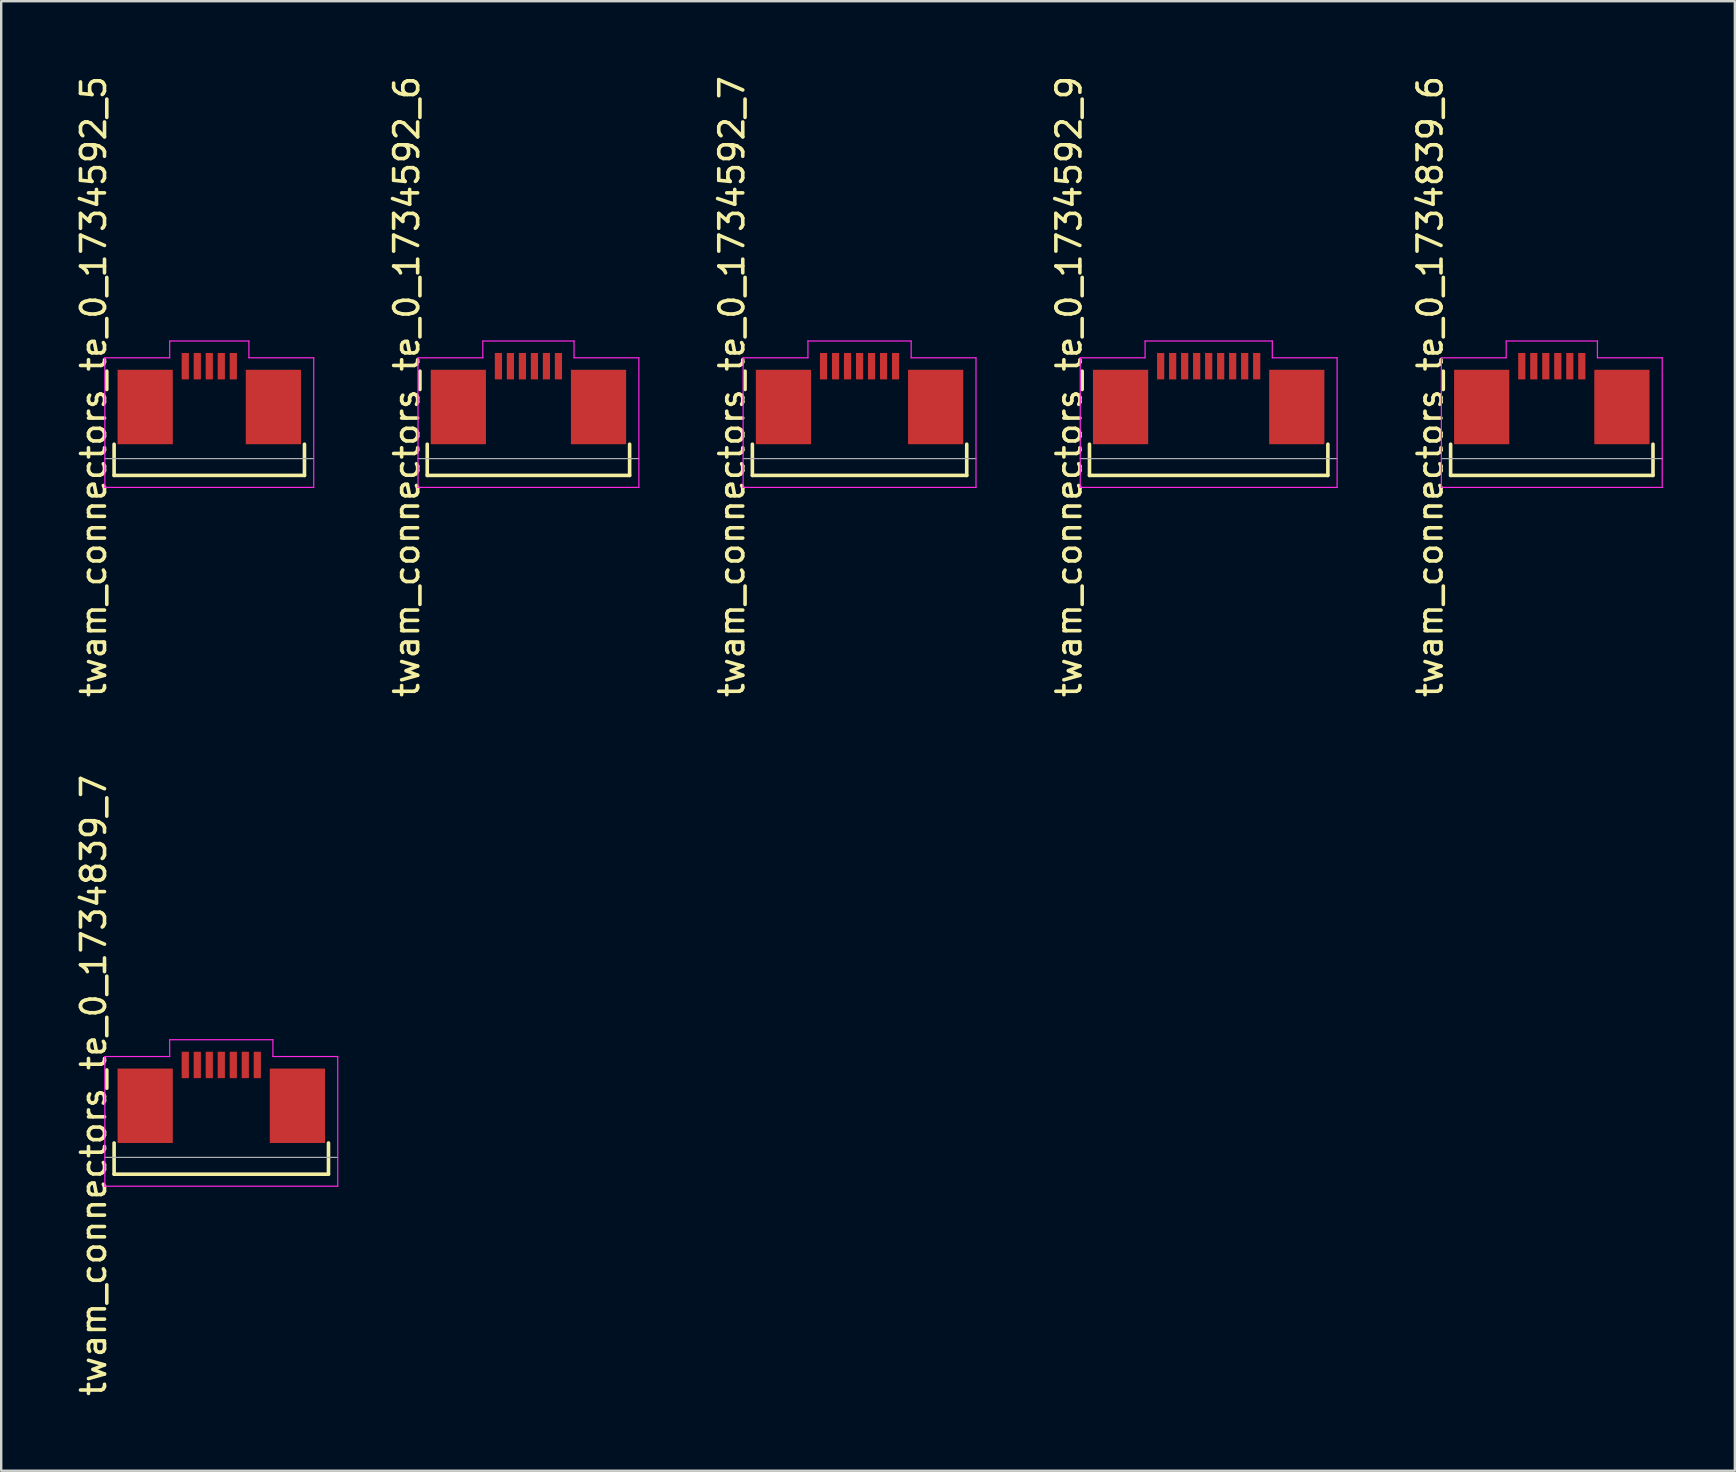
<source format=kicad_pcb>
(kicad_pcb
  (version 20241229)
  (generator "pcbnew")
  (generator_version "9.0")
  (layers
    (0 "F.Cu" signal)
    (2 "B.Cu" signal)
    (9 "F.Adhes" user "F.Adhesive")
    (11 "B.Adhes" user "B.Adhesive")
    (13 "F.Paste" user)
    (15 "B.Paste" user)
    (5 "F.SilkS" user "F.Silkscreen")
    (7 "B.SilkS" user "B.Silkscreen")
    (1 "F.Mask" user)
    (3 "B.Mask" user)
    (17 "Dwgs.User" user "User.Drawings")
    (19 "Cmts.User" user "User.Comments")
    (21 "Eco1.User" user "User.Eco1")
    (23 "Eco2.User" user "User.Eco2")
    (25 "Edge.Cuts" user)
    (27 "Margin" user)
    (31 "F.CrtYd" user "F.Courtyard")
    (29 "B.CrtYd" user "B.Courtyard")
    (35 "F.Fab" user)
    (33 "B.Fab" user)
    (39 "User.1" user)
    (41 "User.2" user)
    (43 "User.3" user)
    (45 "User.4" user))
  (footprint "twam_connectors_te_0_1734592_7"
    (layer "F.Cu")
    (at 32.755 13.054)
    (property "Reference" "twam_connectors_te_0_1734592_7" (at -5.32 0 270) (layer "F.SilkS") (effects (font (size 1 1) (thickness 0.15))))
    (attr smd)
    (fp_line (start -4.465 2.4) (end -4.465 3.7) (stroke (width 0.15) (type solid)) (layer "F.SilkS"))
    (fp_line (start -4.465 3.7) (end 4.465 3.7) (stroke (width 0.15) (type solid)) (layer "F.SilkS"))
    (fp_line (start 4.465 2.4) (end 4.465 3.7) (stroke (width 0.15) (type solid)) (layer "F.SilkS"))
    (fp_line (start -4.85 -1.2) (end -4.85 4.2) (stroke (width 0.05) (type solid)) (layer "F.CrtYd"))
    (fp_line (start -4.85 -1.2) (end -2.15 -1.2) (stroke (width 0.05) (type solid)) (layer "F.CrtYd"))
    (fp_line (start -4.85 4.2) (end 4.85 4.2) (stroke (width 0.05) (type solid)) (layer "F.CrtYd"))
    (fp_line (start -2.15 -1.9) (end -2.15 -1.2) (stroke (width 0.05) (type solid)) (layer "F.CrtYd"))
    (fp_line (start -2.15 -1.9) (end 2.15 -1.9) (stroke (width 0.05) (type solid)) (layer "F.CrtYd"))
    (fp_line (start 2.15 -1.9) (end 2.15 -1.2) (stroke (width 0.05) (type solid)) (layer "F.CrtYd"))
    (fp_line (start 2.15 -1.2) (end 4.85 -1.2) (stroke (width 0.05) (type solid)) (layer "F.CrtYd"))
    (fp_line (start 4.85 -1.2) (end 4.85 4.2) (stroke (width 0.05) (type solid)) (layer "F.CrtYd"))
    (fp_line (start -4.85 3) (end 4.85 3) (stroke (width 0.05) (type solid)) (layer "F.Fab"))
    (pad "1" smd rect (at -1.5 -0.85) (size 0.3 1.1) (layers "F.Cu" "F.Mask" "F.Paste"))
    (pad "2" smd rect (at -1 -0.85) (size 0.3 1.1) (layers "F.Cu" "F.Mask" "F.Paste"))
    (pad "3" smd rect (at -0.5 -0.85) (size 0.3 1.1) (layers "F.Cu" "F.Mask" "F.Paste"))
    (pad "4" smd rect (at 0 -0.85) (size 0.3 1.1) (layers "F.Cu" "F.Mask" "F.Paste"))
    (pad "5" smd rect (at 0.5 -0.85) (size 0.3 1.1) (layers "F.Cu" "F.Mask" "F.Paste"))
    (pad "6" smd rect (at 1 -0.85) (size 0.3 1.1) (layers "F.Cu" "F.Mask" "F.Paste"))
    (pad "7" smd rect (at 1.5 -0.85) (size 0.3 1.1) (layers "F.Cu" "F.Mask" "F.Paste"))
    (pad "F1" smd rect (at -3.17 0.85) (size 2.3 3.1) (layers "F.Cu" "F.Mask" "F.Paste"))
    (pad "F2" smd rect (at 3.17 0.85) (size 2.3 3.1) (layers "F.Cu" "F.Mask" "F.Paste")))
  (footprint "twam_connectors_te_0_1734839_7"
    (layer "F.Cu")
    (at 6.168 42.161)
    (property "Reference" "twam_connectors_te_0_1734839_7" (at -5.32 0 270) (layer "F.SilkS") (effects (font (size 1 1) (thickness 0.15))))
    (attr smd)
    (fp_line (start -4.465 2.4) (end -4.465 3.7) (stroke (width 0.15) (type solid)) (layer "F.SilkS"))
    (fp_line (start -4.465 3.7) (end 4.465 3.7) (stroke (width 0.15) (type solid)) (layer "F.SilkS"))
    (fp_line (start 4.465 2.4) (end 4.465 3.7) (stroke (width 0.15) (type solid)) (layer "F.SilkS"))
    (fp_line (start -4.85 -1.2) (end -4.85 4.2) (stroke (width 0.05) (type solid)) (layer "F.CrtYd"))
    (fp_line (start -4.85 -1.2) (end -2.15 -1.2) (stroke (width 0.05) (type solid)) (layer "F.CrtYd"))
    (fp_line (start -4.85 4.2) (end 4.85 4.2) (stroke (width 0.05) (type solid)) (layer "F.CrtYd"))
    (fp_line (start -2.15 -1.9) (end -2.15 -1.2) (stroke (width 0.05) (type solid)) (layer "F.CrtYd"))
    (fp_line (start -2.15 -1.9) (end 2.15 -1.9) (stroke (width 0.05) (type solid)) (layer "F.CrtYd"))
    (fp_line (start 2.15 -1.9) (end 2.15 -1.2) (stroke (width 0.05) (type solid)) (layer "F.CrtYd"))
    (fp_line (start 2.15 -1.2) (end 4.85 -1.2) (stroke (width 0.05) (type solid)) (layer "F.CrtYd"))
    (fp_line (start 4.85 -1.2) (end 4.85 4.2) (stroke (width 0.05) (type solid)) (layer "F.CrtYd"))
    (fp_line (start -4.85 3) (end 4.85 3) (stroke (width 0.05) (type solid)) (layer "F.Fab"))
    (pad "1" smd rect (at 1.5 -0.85) (size 0.3 1.1) (layers "F.Cu" "F.Mask" "F.Paste"))
    (pad "2" smd rect (at 1 -0.85) (size 0.3 1.1) (layers "F.Cu" "F.Mask" "F.Paste"))
    (pad "3" smd rect (at 0.5 -0.85) (size 0.3 1.1) (layers "F.Cu" "F.Mask" "F.Paste"))
    (pad "4" smd rect (at 0 -0.85) (size 0.3 1.1) (layers "F.Cu" "F.Mask" "F.Paste"))
    (pad "5" smd rect (at -0.5 -0.85) (size 0.3 1.1) (layers "F.Cu" "F.Mask" "F.Paste"))
    (pad "6" smd rect (at -1 -0.85) (size 0.3 1.1) (layers "F.Cu" "F.Mask" "F.Paste"))
    (pad "7" smd rect (at -1.5 -0.85) (size 0.3 1.1) (layers "F.Cu" "F.Mask" "F.Paste"))
    (pad "F1" smd rect (at -3.17 0.85) (size 2.3 3.1) (layers "F.Cu" "F.Mask" "F.Paste"))
    (pad "F2" smd rect (at 3.17 0.85) (size 2.3 3.1) (layers "F.Cu" "F.Mask" "F.Paste")))
  (footprint "twam_connectors_te_0_1734592_6"
    (layer "F.Cu")
    (at 18.962 13.054)
    (property "Reference" "twam_connectors_te_0_1734592_6" (at -5.07 0 270) (layer "F.SilkS") (effects (font (size 1 1) (thickness 0.15))))
    (attr smd)
    (fp_line (start -4.215 2.4) (end -4.215 3.7) (stroke (width 0.15) (type solid)) (layer "F.SilkS"))
    (fp_line (start -4.215 3.7) (end 4.215 3.7) (stroke (width 0.15) (type solid)) (layer "F.SilkS"))
    (fp_line (start 4.215 2.4) (end 4.215 3.7) (stroke (width 0.15) (type solid)) (layer "F.SilkS"))
    (fp_line (start -4.6 -1.2) (end -4.6 4.2) (stroke (width 0.05) (type solid)) (layer "F.CrtYd"))
    (fp_line (start -4.6 -1.2) (end -1.9 -1.2) (stroke (width 0.05) (type solid)) (layer "F.CrtYd"))
    (fp_line (start -4.6 4.2) (end 4.6 4.2) (stroke (width 0.05) (type solid)) (layer "F.CrtYd"))
    (fp_line (start -1.9 -1.9) (end -1.9 -1.2) (stroke (width 0.05) (type solid)) (layer "F.CrtYd"))
    (fp_line (start -1.9 -1.9) (end 1.9 -1.9) (stroke (width 0.05) (type solid)) (layer "F.CrtYd"))
    (fp_line (start 1.9 -1.9) (end 1.9 -1.2) (stroke (width 0.05) (type solid)) (layer "F.CrtYd"))
    (fp_line (start 1.9 -1.2) (end 4.6 -1.2) (stroke (width 0.05) (type solid)) (layer "F.CrtYd"))
    (fp_line (start 4.6 -1.2) (end 4.6 4.2) (stroke (width 0.05) (type solid)) (layer "F.CrtYd"))
    (fp_line (start -4.6 3) (end 4.6 3) (stroke (width 0.05) (type solid)) (layer "F.Fab"))
    (pad "1" smd rect (at -1.25 -0.85) (size 0.3 1.1) (layers "F.Cu" "F.Mask" "F.Paste"))
    (pad "2" smd rect (at -0.75 -0.85) (size 0.3 1.1) (layers "F.Cu" "F.Mask" "F.Paste"))
    (pad "3" smd rect (at -0.25 -0.85) (size 0.3 1.1) (layers "F.Cu" "F.Mask" "F.Paste"))
    (pad "4" smd rect (at 0.25 -0.85) (size 0.3 1.1) (layers "F.Cu" "F.Mask" "F.Paste"))
    (pad "5" smd rect (at 0.75 -0.85) (size 0.3 1.1) (layers "F.Cu" "F.Mask" "F.Paste"))
    (pad "6" smd rect (at 1.25 -0.85) (size 0.3 1.1) (layers "F.Cu" "F.Mask" "F.Paste"))
    (pad "F1" smd rect (at -2.92 0.85) (size 2.3 3.1) (layers "F.Cu" "F.Mask" "F.Paste"))
    (pad "F2" smd rect (at 2.92 0.85) (size 2.3 3.1) (layers "F.Cu" "F.Mask" "F.Paste")))
  (footprint "twam_connectors_te_0_1734839_6"
    (layer "F.Cu")
    (at 61.591 13.054)
    (property "Reference" "twam_connectors_te_0_1734839_6" (at -5.07 0 270) (layer "F.SilkS") (effects (font (size 1 1) (thickness 0.15))))
    (attr smd)
    (fp_line (start -4.215 2.4) (end -4.215 3.7) (stroke (width 0.15) (type solid)) (layer "F.SilkS"))
    (fp_line (start -4.215 3.7) (end 4.215 3.7) (stroke (width 0.15) (type solid)) (layer "F.SilkS"))
    (fp_line (start 4.215 2.4) (end 4.215 3.7) (stroke (width 0.15) (type solid)) (layer "F.SilkS"))
    (fp_line (start -4.6 -1.2) (end -4.6 4.2) (stroke (width 0.05) (type solid)) (layer "F.CrtYd"))
    (fp_line (start -4.6 -1.2) (end -1.9 -1.2) (stroke (width 0.05) (type solid)) (layer "F.CrtYd"))
    (fp_line (start -4.6 4.2) (end 4.6 4.2) (stroke (width 0.05) (type solid)) (layer "F.CrtYd"))
    (fp_line (start -1.9 -1.9) (end -1.9 -1.2) (stroke (width 0.05) (type solid)) (layer "F.CrtYd"))
    (fp_line (start -1.9 -1.9) (end 1.9 -1.9) (stroke (width 0.05) (type solid)) (layer "F.CrtYd"))
    (fp_line (start 1.9 -1.9) (end 1.9 -1.2) (stroke (width 0.05) (type solid)) (layer "F.CrtYd"))
    (fp_line (start 1.9 -1.2) (end 4.6 -1.2) (stroke (width 0.05) (type solid)) (layer "F.CrtYd"))
    (fp_line (start 4.6 -1.2) (end 4.6 4.2) (stroke (width 0.05) (type solid)) (layer "F.CrtYd"))
    (fp_line (start -4.6 3) (end 4.6 3) (stroke (width 0.05) (type solid)) (layer "F.Fab"))
    (pad "1" smd rect (at 1.25 -0.85) (size 0.3 1.1) (layers "F.Cu" "F.Mask" "F.Paste"))
    (pad "2" smd rect (at 0.75 -0.85) (size 0.3 1.1) (layers "F.Cu" "F.Mask" "F.Paste"))
    (pad "3" smd rect (at 0.25 -0.85) (size 0.3 1.1) (layers "F.Cu" "F.Mask" "F.Paste"))
    (pad "4" smd rect (at -0.25 -0.85) (size 0.3 1.1) (layers "F.Cu" "F.Mask" "F.Paste"))
    (pad "5" smd rect (at -0.75 -0.85) (size 0.3 1.1) (layers "F.Cu" "F.Mask" "F.Paste"))
    (pad "6" smd rect (at -1.25 -0.85) (size 0.3 1.1) (layers "F.Cu" "F.Mask" "F.Paste"))
    (pad "F1" smd rect (at -2.92 0.85) (size 2.3 3.1) (layers "F.Cu" "F.Mask" "F.Paste"))
    (pad "F2" smd rect (at 2.92 0.85) (size 2.3 3.1) (layers "F.Cu" "F.Mask" "F.Paste")))
  (footprint "twam_connectors_te_0_1734592_5"
    (layer "F.Cu")
    (at 5.668 13.054)
    (property "Reference" "twam_connectors_te_0_1734592_5" (at -4.82 0 270) (layer "F.SilkS") (effects (font (size 1 1) (thickness 0.15))))
    (attr smd)
    (fp_line (start -3.965 2.4) (end -3.965 3.7) (stroke (width 0.15) (type solid)) (layer "F.SilkS"))
    (fp_line (start -3.965 3.7) (end 3.965 3.7) (stroke (width 0.15) (type solid)) (layer "F.SilkS"))
    (fp_line (start 3.965 2.4) (end 3.965 3.7) (stroke (width 0.15) (type solid)) (layer "F.SilkS"))
    (fp_line (start -4.35 -1.2) (end -4.35 4.2) (stroke (width 0.05) (type solid)) (layer "F.CrtYd"))
    (fp_line (start -4.35 -1.2) (end -1.65 -1.2) (stroke (width 0.05) (type solid)) (layer "F.CrtYd"))
    (fp_line (start -4.35 4.2) (end 4.35 4.2) (stroke (width 0.05) (type solid)) (layer "F.CrtYd"))
    (fp_line (start -1.65 -1.9) (end -1.65 -1.2) (stroke (width 0.05) (type solid)) (layer "F.CrtYd"))
    (fp_line (start -1.65 -1.9) (end 1.65 -1.9) (stroke (width 0.05) (type solid)) (layer "F.CrtYd"))
    (fp_line (start 1.65 -1.9) (end 1.65 -1.2) (stroke (width 0.05) (type solid)) (layer "F.CrtYd"))
    (fp_line (start 1.65 -1.2) (end 4.35 -1.2) (stroke (width 0.05) (type solid)) (layer "F.CrtYd"))
    (fp_line (start 4.35 -1.2) (end 4.35 4.2) (stroke (width 0.05) (type solid)) (layer "F.CrtYd"))
    (fp_line (start -4.35 3) (end 4.35 3) (stroke (width 0.05) (type solid)) (layer "F.Fab"))
    (pad "1" smd rect (at -1 -0.85) (size 0.3 1.1) (layers "F.Cu" "F.Mask" "F.Paste"))
    (pad "2" smd rect (at -0.5 -0.85) (size 0.3 1.1) (layers "F.Cu" "F.Mask" "F.Paste"))
    (pad "3" smd rect (at 0 -0.85) (size 0.3 1.1) (layers "F.Cu" "F.Mask" "F.Paste"))
    (pad "4" smd rect (at 0.5 -0.85) (size 0.3 1.1) (layers "F.Cu" "F.Mask" "F.Paste"))
    (pad "5" smd rect (at 1 -0.85) (size 0.3 1.1) (layers "F.Cu" "F.Mask" "F.Paste"))
    (pad "F1" smd rect (at -2.67 0.85) (size 2.3 3.1) (layers "F.Cu" "F.Mask" "F.Paste"))
    (pad "F2" smd rect (at 2.67 0.85) (size 2.3 3.1) (layers "F.Cu" "F.Mask" "F.Paste")))
  (footprint "twam_connectors_te_0_1734592_9"
    (layer "F.Cu")
    (at 47.298 13.054)
    (property "Reference" "twam_connectors_te_0_1734592_9" (at -5.82 0 270) (layer "F.SilkS") (effects (font (size 1 1) (thickness 0.15))))
    (attr smd)
    (fp_line (start -4.965 2.4) (end -4.965 3.7) (stroke (width 0.15) (type solid)) (layer "F.SilkS"))
    (fp_line (start -4.965 3.7) (end 4.965 3.7) (stroke (width 0.15) (type solid)) (layer "F.SilkS"))
    (fp_line (start 4.965 2.4) (end 4.965 3.7) (stroke (width 0.15) (type solid)) (layer "F.SilkS"))
    (fp_line (start -5.35 -1.2) (end -5.35 4.2) (stroke (width 0.05) (type solid)) (layer "F.CrtYd"))
    (fp_line (start -5.35 -1.2) (end -2.65 -1.2) (stroke (width 0.05) (type solid)) (layer "F.CrtYd"))
    (fp_line (start -5.35 4.2) (end 5.35 4.2) (stroke (width 0.05) (type solid)) (layer "F.CrtYd"))
    (fp_line (start -2.65 -1.9) (end -2.65 -1.2) (stroke (width 0.05) (type solid)) (layer "F.CrtYd"))
    (fp_line (start -2.65 -1.9) (end 2.65 -1.9) (stroke (width 0.05) (type solid)) (layer "F.CrtYd"))
    (fp_line (start 2.65 -1.9) (end 2.65 -1.2) (stroke (width 0.05) (type solid)) (layer "F.CrtYd"))
    (fp_line (start 2.65 -1.2) (end 5.35 -1.2) (stroke (width 0.05) (type solid)) (layer "F.CrtYd"))
    (fp_line (start 5.35 -1.2) (end 5.35 4.2) (stroke (width 0.05) (type solid)) (layer "F.CrtYd"))
    (fp_line (start -5.35 3) (end 5.35 3) (stroke (width 0.05) (type solid)) (layer "F.Fab"))
    (pad "1" smd rect (at -2 -0.85) (size 0.3 1.1) (layers "F.Cu" "F.Mask" "F.Paste"))
    (pad "2" smd rect (at -1.5 -0.85) (size 0.3 1.1) (layers "F.Cu" "F.Mask" "F.Paste"))
    (pad "3" smd rect (at -1 -0.85) (size 0.3 1.1) (layers "F.Cu" "F.Mask" "F.Paste"))
    (pad "4" smd rect (at -0.5 -0.85) (size 0.3 1.1) (layers "F.Cu" "F.Mask" "F.Paste"))
    (pad "5" smd rect (at 0 -0.85) (size 0.3 1.1) (layers "F.Cu" "F.Mask" "F.Paste"))
    (pad "6" smd rect (at 0.5 -0.85) (size 0.3 1.1) (layers "F.Cu" "F.Mask" "F.Paste"))
    (pad "7" smd rect (at 1 -0.85) (size 0.3 1.1) (layers "F.Cu" "F.Mask" "F.Paste"))
    (pad "8" smd rect (at 1.5 -0.85) (size 0.3 1.1) (layers "F.Cu" "F.Mask" "F.Paste"))
    (pad "9" smd rect (at 2 -0.85) (size 0.3 1.1) (layers "F.Cu" "F.Mask" "F.Paste"))
    (pad "F1" smd rect (at -3.67 0.85) (size 2.3 3.1) (layers "F.Cu" "F.Mask" "F.Paste"))
    (pad "F2" smd rect (at 3.67 0.85) (size 2.3 3.1) (layers "F.Cu" "F.Mask" "F.Paste")))
  (gr_rect
    (start -3 -3)
    (end 69.216 58.214)
    (stroke (width 0.1) (type default))
    (fill no)
    (layer "Edge.Cuts")))
</source>
